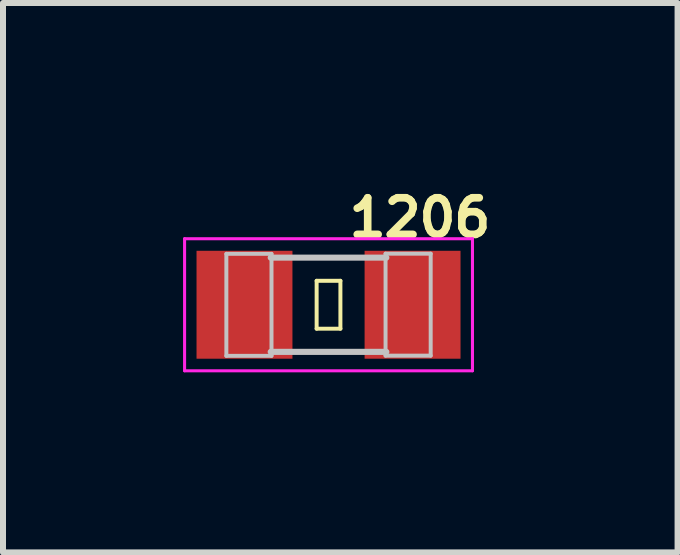
<source format=kicad_pcb>
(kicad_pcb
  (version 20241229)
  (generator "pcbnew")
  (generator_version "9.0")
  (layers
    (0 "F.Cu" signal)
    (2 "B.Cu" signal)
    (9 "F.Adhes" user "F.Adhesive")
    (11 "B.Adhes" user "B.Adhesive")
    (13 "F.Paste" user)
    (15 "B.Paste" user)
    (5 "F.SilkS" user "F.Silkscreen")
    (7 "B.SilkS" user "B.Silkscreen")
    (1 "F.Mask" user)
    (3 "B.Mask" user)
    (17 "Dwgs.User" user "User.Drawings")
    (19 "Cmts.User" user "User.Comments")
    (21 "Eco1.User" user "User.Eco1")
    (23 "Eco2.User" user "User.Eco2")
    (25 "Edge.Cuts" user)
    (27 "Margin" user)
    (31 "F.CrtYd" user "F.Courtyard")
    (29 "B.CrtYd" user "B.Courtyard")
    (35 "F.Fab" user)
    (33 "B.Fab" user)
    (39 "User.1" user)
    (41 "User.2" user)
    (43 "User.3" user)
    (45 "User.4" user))
  (footprint "1206"
    (layer "F.Cu")
    (at 2.423 2.027)
    (property "Reference" "1206" (at 1.524 -1.448 0) (layer "F.SilkS") (effects (font (size 0.61 0.61) (thickness 0.127))))
    (attr smd)
    (fp_line (start -0.198 -0.399) (end 0.198 -0.399) (stroke (width 0.066) (type solid)) (layer "F.SilkS"))
    (fp_line (start -0.198 0.399) (end -0.198 -0.399) (stroke (width 0.066) (type solid)) (layer "F.SilkS"))
    (fp_line (start -0.198 0.399) (end 0.198 0.399) (stroke (width 0.066) (type solid)) (layer "F.SilkS"))
    (fp_line (start 0.198 0.399) (end 0.198 -0.399) (stroke (width 0.066) (type solid)) (layer "F.SilkS"))
    (fp_line (start -1.702 -0.848) (end -0.95 -0.848) (stroke (width 0.066) (type solid)) (layer "Dwgs.User"))
    (fp_line (start -1.702 0.851) (end -1.702 -0.848) (stroke (width 0.066) (type solid)) (layer "Dwgs.User"))
    (fp_line (start -1.702 0.851) (end -0.95 0.851) (stroke (width 0.066) (type solid)) (layer "Dwgs.User"))
    (fp_line (start -0.963 -0.785) (end 0.963 -0.785) (stroke (width 0.102) (type solid)) (layer "Dwgs.User"))
    (fp_line (start -0.963 0.785) (end 0.963 0.785) (stroke (width 0.102) (type solid)) (layer "Dwgs.User"))
    (fp_line (start -0.95 0.851) (end -0.95 -0.848) (stroke (width 0.066) (type solid)) (layer "Dwgs.User"))
    (fp_line (start 0.95 -0.851) (end 1.702 -0.851) (stroke (width 0.066) (type solid)) (layer "Dwgs.User"))
    (fp_line (start 0.95 0.848) (end 0.95 -0.851) (stroke (width 0.066) (type solid)) (layer "Dwgs.User"))
    (fp_line (start 0.95 0.848) (end 1.702 0.848) (stroke (width 0.066) (type solid)) (layer "Dwgs.User"))
    (fp_line (start 1.702 0.848) (end 1.702 -0.851) (stroke (width 0.066) (type solid)) (layer "Dwgs.User"))
    (fp_line (start -2.398 -1.1) (end 2.398 -1.1) (stroke (width 0.051) (type solid)) (layer "F.CrtYd"))
    (fp_line (start -2.398 1.1) (end -2.398 -1.1) (stroke (width 0.051) (type solid)) (layer "F.CrtYd"))
    (fp_line (start 2.398 -1.1) (end 2.398 1.1) (stroke (width 0.051) (type solid)) (layer "F.CrtYd"))
    (fp_line (start 2.398 1.1) (end -2.398 1.1) (stroke (width 0.051) (type solid)) (layer "F.CrtYd"))
    (pad "1" smd rect (at -1.4 0) (size 1.598 1.798) (layers "F.Cu" "F.Mask" "F.Paste"))
    (pad "2" smd rect (at 1.4 0) (size 1.598 1.798) (layers "F.Cu" "F.Mask" "F.Paste")))
  (gr_rect
    (start -3 -3)
    (end 8.238 6.153)
    (stroke (width 0.1) (type default))
    (fill no)
    (layer "Edge.Cuts")))
</source>
